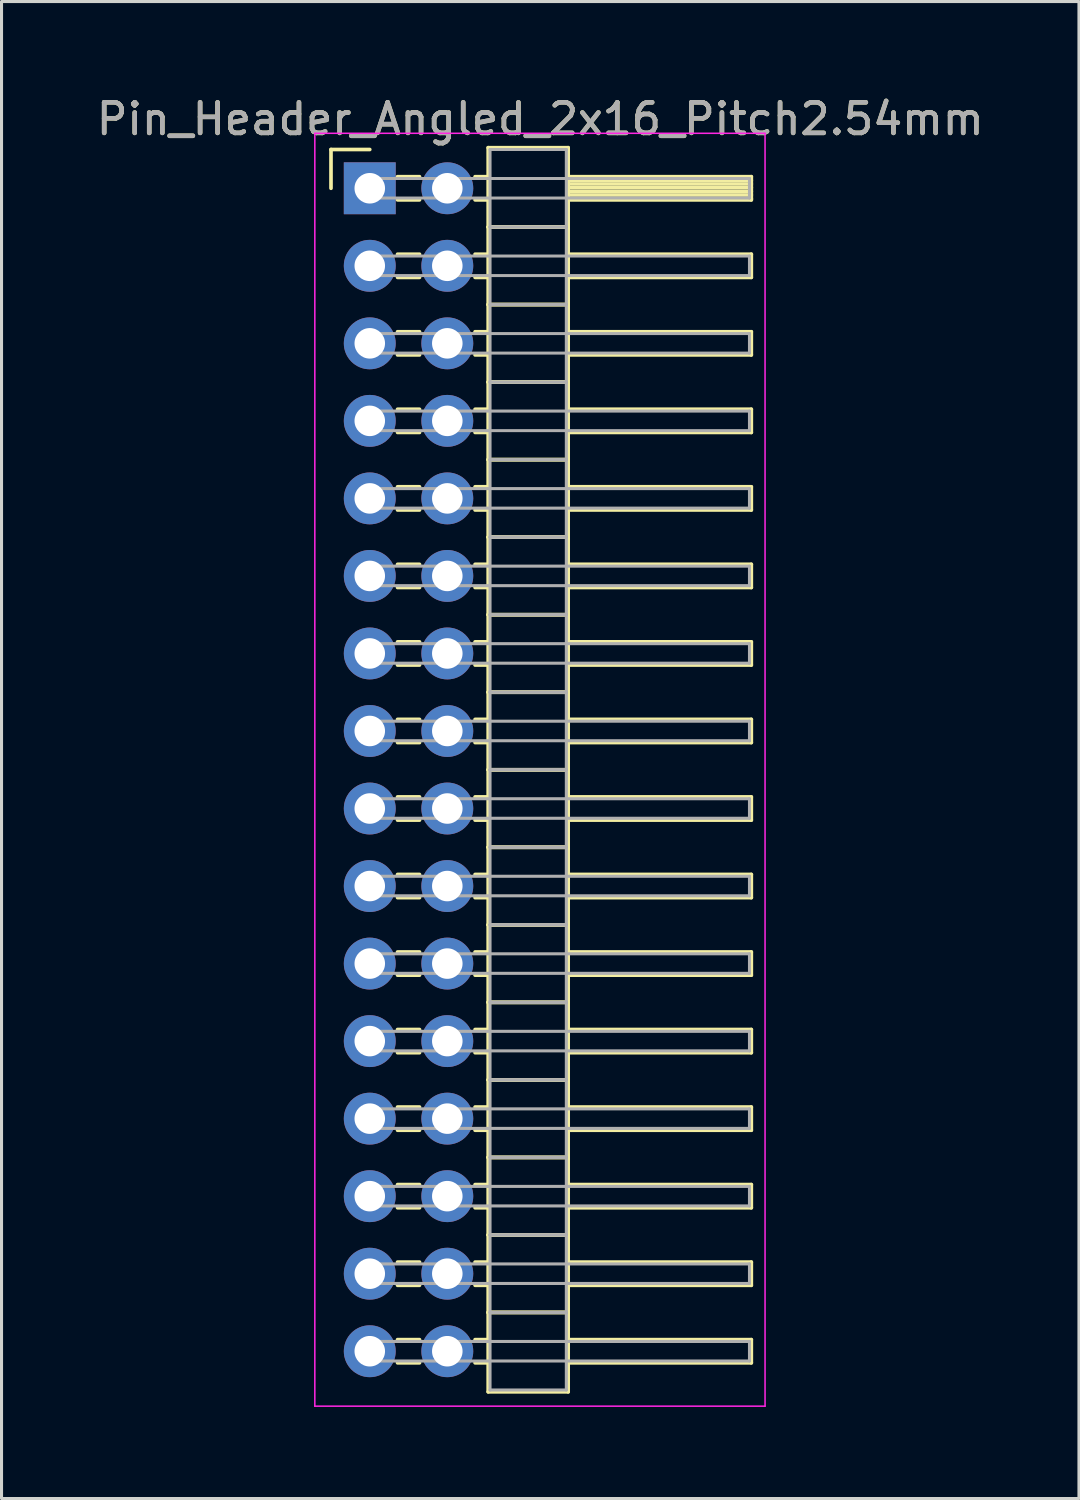
<source format=kicad_pcb>
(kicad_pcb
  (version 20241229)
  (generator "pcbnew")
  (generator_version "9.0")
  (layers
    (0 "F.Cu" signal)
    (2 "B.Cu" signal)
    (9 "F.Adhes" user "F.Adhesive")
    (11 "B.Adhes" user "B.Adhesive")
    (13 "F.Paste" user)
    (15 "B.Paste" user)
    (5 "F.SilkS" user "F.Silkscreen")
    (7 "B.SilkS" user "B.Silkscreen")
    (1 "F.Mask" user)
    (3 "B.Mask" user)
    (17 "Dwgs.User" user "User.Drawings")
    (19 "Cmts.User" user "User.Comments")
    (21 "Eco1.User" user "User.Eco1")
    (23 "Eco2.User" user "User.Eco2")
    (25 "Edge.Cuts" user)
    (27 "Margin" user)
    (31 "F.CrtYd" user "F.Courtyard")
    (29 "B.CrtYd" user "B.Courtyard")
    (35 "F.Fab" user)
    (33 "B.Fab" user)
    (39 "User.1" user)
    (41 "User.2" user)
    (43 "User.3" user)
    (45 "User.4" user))
  (footprint "Pin_Header_Angled_2x16_Pitch2.54mm"
    (layer "F.Cu")
    (at 9.064 3.118)
    (property "Reference" "Pin_Header_Angled_2x16_Pitch2.54mm" (at 5.585 -2.27 0) (layer "F.SilkS") (effects (font (size 1 1) (thickness 0.15))))
    (attr through_hole)
    (fp_line (start -1.27 -1.27) (end 0 -1.27) (stroke (width 0.12) (type solid)) (layer "F.SilkS"))
    (fp_line (start -1.27 0) (end -1.27 -1.27) (stroke (width 0.12) (type solid)) (layer "F.SilkS"))
    (fp_line (start 0.91 -0.38) (end 1.63 -0.38) (stroke (width 0.12) (type solid)) (layer "F.SilkS"))
    (fp_line (start 0.91 0.38) (end 1.63 0.38) (stroke (width 0.12) (type solid)) (layer "F.SilkS"))
    (fp_line (start 0.91 2.16) (end 1.63 2.16) (stroke (width 0.12) (type solid)) (layer "F.SilkS"))
    (fp_line (start 0.91 2.92) (end 1.63 2.92) (stroke (width 0.12) (type solid)) (layer "F.SilkS"))
    (fp_line (start 0.91 4.7) (end 1.63 4.7) (stroke (width 0.12) (type solid)) (layer "F.SilkS"))
    (fp_line (start 0.91 5.46) (end 1.63 5.46) (stroke (width 0.12) (type solid)) (layer "F.SilkS"))
    (fp_line (start 0.91 7.24) (end 1.63 7.24) (stroke (width 0.12) (type solid)) (layer "F.SilkS"))
    (fp_line (start 0.91 8) (end 1.63 8) (stroke (width 0.12) (type solid)) (layer "F.SilkS"))
    (fp_line (start 0.91 9.78) (end 1.63 9.78) (stroke (width 0.12) (type solid)) (layer "F.SilkS"))
    (fp_line (start 0.91 10.54) (end 1.63 10.54) (stroke (width 0.12) (type solid)) (layer "F.SilkS"))
    (fp_line (start 0.91 12.32) (end 1.63 12.32) (stroke (width 0.12) (type solid)) (layer "F.SilkS"))
    (fp_line (start 0.91 13.08) (end 1.63 13.08) (stroke (width 0.12) (type solid)) (layer "F.SilkS"))
    (fp_line (start 0.91 14.86) (end 1.63 14.86) (stroke (width 0.12) (type solid)) (layer "F.SilkS"))
    (fp_line (start 0.91 15.62) (end 1.63 15.62) (stroke (width 0.12) (type solid)) (layer "F.SilkS"))
    (fp_line (start 0.91 17.4) (end 1.63 17.4) (stroke (width 0.12) (type solid)) (layer "F.SilkS"))
    (fp_line (start 0.91 18.16) (end 1.63 18.16) (stroke (width 0.12) (type solid)) (layer "F.SilkS"))
    (fp_line (start 0.91 19.94) (end 1.63 19.94) (stroke (width 0.12) (type solid)) (layer "F.SilkS"))
    (fp_line (start 0.91 20.7) (end 1.63 20.7) (stroke (width 0.12) (type solid)) (layer "F.SilkS"))
    (fp_line (start 0.91 22.48) (end 1.63 22.48) (stroke (width 0.12) (type solid)) (layer "F.SilkS"))
    (fp_line (start 0.91 23.24) (end 1.63 23.24) (stroke (width 0.12) (type solid)) (layer "F.SilkS"))
    (fp_line (start 0.91 25.02) (end 1.63 25.02) (stroke (width 0.12) (type solid)) (layer "F.SilkS"))
    (fp_line (start 0.91 25.78) (end 1.63 25.78) (stroke (width 0.12) (type solid)) (layer "F.SilkS"))
    (fp_line (start 0.91 27.56) (end 1.63 27.56) (stroke (width 0.12) (type solid)) (layer "F.SilkS"))
    (fp_line (start 0.91 28.32) (end 1.63 28.32) (stroke (width 0.12) (type solid)) (layer "F.SilkS"))
    (fp_line (start 0.91 30.1) (end 1.63 30.1) (stroke (width 0.12) (type solid)) (layer "F.SilkS"))
    (fp_line (start 0.91 30.86) (end 1.63 30.86) (stroke (width 0.12) (type solid)) (layer "F.SilkS"))
    (fp_line (start 0.91 32.64) (end 1.63 32.64) (stroke (width 0.12) (type solid)) (layer "F.SilkS"))
    (fp_line (start 0.91 33.4) (end 1.63 33.4) (stroke (width 0.12) (type solid)) (layer "F.SilkS"))
    (fp_line (start 0.91 35.18) (end 1.63 35.18) (stroke (width 0.12) (type solid)) (layer "F.SilkS"))
    (fp_line (start 0.91 35.94) (end 1.63 35.94) (stroke (width 0.12) (type solid)) (layer "F.SilkS"))
    (fp_line (start 0.91 37.72) (end 1.63 37.72) (stroke (width 0.12) (type solid)) (layer "F.SilkS"))
    (fp_line (start 0.91 38.48) (end 1.63 38.48) (stroke (width 0.12) (type solid)) (layer "F.SilkS"))
    (fp_line (start 3.45 -0.38) (end 3.88 -0.38) (stroke (width 0.12) (type solid)) (layer "F.SilkS"))
    (fp_line (start 3.45 0.38) (end 3.88 0.38) (stroke (width 0.12) (type solid)) (layer "F.SilkS"))
    (fp_line (start 3.45 2.16) (end 3.88 2.16) (stroke (width 0.12) (type solid)) (layer "F.SilkS"))
    (fp_line (start 3.45 2.92) (end 3.88 2.92) (stroke (width 0.12) (type solid)) (layer "F.SilkS"))
    (fp_line (start 3.45 4.7) (end 3.88 4.7) (stroke (width 0.12) (type solid)) (layer "F.SilkS"))
    (fp_line (start 3.45 5.46) (end 3.88 5.46) (stroke (width 0.12) (type solid)) (layer "F.SilkS"))
    (fp_line (start 3.45 7.24) (end 3.88 7.24) (stroke (width 0.12) (type solid)) (layer "F.SilkS"))
    (fp_line (start 3.45 8) (end 3.88 8) (stroke (width 0.12) (type solid)) (layer "F.SilkS"))
    (fp_line (start 3.45 9.78) (end 3.88 9.78) (stroke (width 0.12) (type solid)) (layer "F.SilkS"))
    (fp_line (start 3.45 10.54) (end 3.88 10.54) (stroke (width 0.12) (type solid)) (layer "F.SilkS"))
    (fp_line (start 3.45 12.32) (end 3.88 12.32) (stroke (width 0.12) (type solid)) (layer "F.SilkS"))
    (fp_line (start 3.45 13.08) (end 3.88 13.08) (stroke (width 0.12) (type solid)) (layer "F.SilkS"))
    (fp_line (start 3.45 14.86) (end 3.88 14.86) (stroke (width 0.12) (type solid)) (layer "F.SilkS"))
    (fp_line (start 3.45 15.62) (end 3.88 15.62) (stroke (width 0.12) (type solid)) (layer "F.SilkS"))
    (fp_line (start 3.45 17.4) (end 3.88 17.4) (stroke (width 0.12) (type solid)) (layer "F.SilkS"))
    (fp_line (start 3.45 18.16) (end 3.88 18.16) (stroke (width 0.12) (type solid)) (layer "F.SilkS"))
    (fp_line (start 3.45 19.94) (end 3.88 19.94) (stroke (width 0.12) (type solid)) (layer "F.SilkS"))
    (fp_line (start 3.45 20.7) (end 3.88 20.7) (stroke (width 0.12) (type solid)) (layer "F.SilkS"))
    (fp_line (start 3.45 22.48) (end 3.88 22.48) (stroke (width 0.12) (type solid)) (layer "F.SilkS"))
    (fp_line (start 3.45 23.24) (end 3.88 23.24) (stroke (width 0.12) (type solid)) (layer "F.SilkS"))
    (fp_line (start 3.45 25.02) (end 3.88 25.02) (stroke (width 0.12) (type solid)) (layer "F.SilkS"))
    (fp_line (start 3.45 25.78) (end 3.88 25.78) (stroke (width 0.12) (type solid)) (layer "F.SilkS"))
    (fp_line (start 3.45 27.56) (end 3.88 27.56) (stroke (width 0.12) (type solid)) (layer "F.SilkS"))
    (fp_line (start 3.45 28.32) (end 3.88 28.32) (stroke (width 0.12) (type solid)) (layer "F.SilkS"))
    (fp_line (start 3.45 30.1) (end 3.88 30.1) (stroke (width 0.12) (type solid)) (layer "F.SilkS"))
    (fp_line (start 3.45 30.86) (end 3.88 30.86) (stroke (width 0.12) (type solid)) (layer "F.SilkS"))
    (fp_line (start 3.45 32.64) (end 3.88 32.64) (stroke (width 0.12) (type solid)) (layer "F.SilkS"))
    (fp_line (start 3.45 33.4) (end 3.88 33.4) (stroke (width 0.12) (type solid)) (layer "F.SilkS"))
    (fp_line (start 3.45 35.18) (end 3.88 35.18) (stroke (width 0.12) (type solid)) (layer "F.SilkS"))
    (fp_line (start 3.45 35.94) (end 3.88 35.94) (stroke (width 0.12) (type solid)) (layer "F.SilkS"))
    (fp_line (start 3.45 37.72) (end 3.88 37.72) (stroke (width 0.12) (type solid)) (layer "F.SilkS"))
    (fp_line (start 3.45 38.48) (end 3.88 38.48) (stroke (width 0.12) (type solid)) (layer "F.SilkS"))
    (fp_line (start 3.88 -1.33) (end 3.88 1.27) (stroke (width 0.12) (type solid)) (layer "F.SilkS"))
    (fp_line (start 3.88 1.27) (end 3.88 3.81) (stroke (width 0.12) (type solid)) (layer "F.SilkS"))
    (fp_line (start 3.88 1.27) (end 6.5 1.27) (stroke (width 0.12) (type solid)) (layer "F.SilkS"))
    (fp_line (start 3.88 3.81) (end 3.88 6.35) (stroke (width 0.12) (type solid)) (layer "F.SilkS"))
    (fp_line (start 3.88 3.81) (end 6.5 3.81) (stroke (width 0.12) (type solid)) (layer "F.SilkS"))
    (fp_line (start 3.88 6.35) (end 3.88 8.89) (stroke (width 0.12) (type solid)) (layer "F.SilkS"))
    (fp_line (start 3.88 6.35) (end 6.5 6.35) (stroke (width 0.12) (type solid)) (layer "F.SilkS"))
    (fp_line (start 3.88 8.89) (end 3.88 11.43) (stroke (width 0.12) (type solid)) (layer "F.SilkS"))
    (fp_line (start 3.88 8.89) (end 6.5 8.89) (stroke (width 0.12) (type solid)) (layer "F.SilkS"))
    (fp_line (start 3.88 11.43) (end 3.88 13.97) (stroke (width 0.12) (type solid)) (layer "F.SilkS"))
    (fp_line (start 3.88 11.43) (end 6.5 11.43) (stroke (width 0.12) (type solid)) (layer "F.SilkS"))
    (fp_line (start 3.88 13.97) (end 3.88 16.51) (stroke (width 0.12) (type solid)) (layer "F.SilkS"))
    (fp_line (start 3.88 13.97) (end 6.5 13.97) (stroke (width 0.12) (type solid)) (layer "F.SilkS"))
    (fp_line (start 3.88 16.51) (end 3.88 19.05) (stroke (width 0.12) (type solid)) (layer "F.SilkS"))
    (fp_line (start 3.88 16.51) (end 6.5 16.51) (stroke (width 0.12) (type solid)) (layer "F.SilkS"))
    (fp_line (start 3.88 19.05) (end 3.88 21.59) (stroke (width 0.12) (type solid)) (layer "F.SilkS"))
    (fp_line (start 3.88 19.05) (end 6.5 19.05) (stroke (width 0.12) (type solid)) (layer "F.SilkS"))
    (fp_line (start 3.88 21.59) (end 3.88 24.13) (stroke (width 0.12) (type solid)) (layer "F.SilkS"))
    (fp_line (start 3.88 21.59) (end 6.5 21.59) (stroke (width 0.12) (type solid)) (layer "F.SilkS"))
    (fp_line (start 3.88 24.13) (end 3.88 26.67) (stroke (width 0.12) (type solid)) (layer "F.SilkS"))
    (fp_line (start 3.88 24.13) (end 6.5 24.13) (stroke (width 0.12) (type solid)) (layer "F.SilkS"))
    (fp_line (start 3.88 26.67) (end 3.88 29.21) (stroke (width 0.12) (type solid)) (layer "F.SilkS"))
    (fp_line (start 3.88 26.67) (end 6.5 26.67) (stroke (width 0.12) (type solid)) (layer "F.SilkS"))
    (fp_line (start 3.88 29.21) (end 3.88 31.75) (stroke (width 0.12) (type solid)) (layer "F.SilkS"))
    (fp_line (start 3.88 29.21) (end 6.5 29.21) (stroke (width 0.12) (type solid)) (layer "F.SilkS"))
    (fp_line (start 3.88 31.75) (end 3.88 34.29) (stroke (width 0.12) (type solid)) (layer "F.SilkS"))
    (fp_line (start 3.88 31.75) (end 6.5 31.75) (stroke (width 0.12) (type solid)) (layer "F.SilkS"))
    (fp_line (start 3.88 34.29) (end 3.88 36.83) (stroke (width 0.12) (type solid)) (layer "F.SilkS"))
    (fp_line (start 3.88 34.29) (end 6.5 34.29) (stroke (width 0.12) (type solid)) (layer "F.SilkS"))
    (fp_line (start 3.88 36.83) (end 3.88 39.43) (stroke (width 0.12) (type solid)) (layer "F.SilkS"))
    (fp_line (start 3.88 36.83) (end 6.5 36.83) (stroke (width 0.12) (type solid)) (layer "F.SilkS"))
    (fp_line (start 3.88 39.43) (end 6.5 39.43) (stroke (width 0.12) (type solid)) (layer "F.SilkS"))
    (fp_line (start 6.5 -1.33) (end 3.88 -1.33) (stroke (width 0.12) (type solid)) (layer "F.SilkS"))
    (fp_line (start 6.5 -0.38) (end 6.5 0.38) (stroke (width 0.12) (type solid)) (layer "F.SilkS"))
    (fp_line (start 6.5 -0.26) (end 12.5 -0.26) (stroke (width 0.12) (type solid)) (layer "F.SilkS"))
    (fp_line (start 6.5 -0.14) (end 12.5 -0.14) (stroke (width 0.12) (type solid)) (layer "F.SilkS"))
    (fp_line (start 6.5 -0.02) (end 12.5 -0.02) (stroke (width 0.12) (type solid)) (layer "F.SilkS"))
    (fp_line (start 6.5 0.1) (end 12.5 0.1) (stroke (width 0.12) (type solid)) (layer "F.SilkS"))
    (fp_line (start 6.5 0.22) (end 12.5 0.22) (stroke (width 0.12) (type solid)) (layer "F.SilkS"))
    (fp_line (start 6.5 0.34) (end 12.5 0.34) (stroke (width 0.12) (type solid)) (layer "F.SilkS"))
    (fp_line (start 6.5 0.38) (end 12.5 0.38) (stroke (width 0.12) (type solid)) (layer "F.SilkS"))
    (fp_line (start 6.5 1.27) (end 3.88 1.27) (stroke (width 0.12) (type solid)) (layer "F.SilkS"))
    (fp_line (start 6.5 1.27) (end 6.5 -1.33) (stroke (width 0.12) (type solid)) (layer "F.SilkS"))
    (fp_line (start 6.5 2.16) (end 6.5 2.92) (stroke (width 0.12) (type solid)) (layer "F.SilkS"))
    (fp_line (start 6.5 2.92) (end 12.5 2.92) (stroke (width 0.12) (type solid)) (layer "F.SilkS"))
    (fp_line (start 6.5 3.81) (end 3.88 3.81) (stroke (width 0.12) (type solid)) (layer "F.SilkS"))
    (fp_line (start 6.5 3.81) (end 6.5 1.27) (stroke (width 0.12) (type solid)) (layer "F.SilkS"))
    (fp_line (start 6.5 4.7) (end 6.5 5.46) (stroke (width 0.12) (type solid)) (layer "F.SilkS"))
    (fp_line (start 6.5 5.46) (end 12.5 5.46) (stroke (width 0.12) (type solid)) (layer "F.SilkS"))
    (fp_line (start 6.5 6.35) (end 3.88 6.35) (stroke (width 0.12) (type solid)) (layer "F.SilkS"))
    (fp_line (start 6.5 6.35) (end 6.5 3.81) (stroke (width 0.12) (type solid)) (layer "F.SilkS"))
    (fp_line (start 6.5 7.24) (end 6.5 8) (stroke (width 0.12) (type solid)) (layer "F.SilkS"))
    (fp_line (start 6.5 8) (end 12.5 8) (stroke (width 0.12) (type solid)) (layer "F.SilkS"))
    (fp_line (start 6.5 8.89) (end 3.88 8.89) (stroke (width 0.12) (type solid)) (layer "F.SilkS"))
    (fp_line (start 6.5 8.89) (end 6.5 6.35) (stroke (width 0.12) (type solid)) (layer "F.SilkS"))
    (fp_line (start 6.5 9.78) (end 6.5 10.54) (stroke (width 0.12) (type solid)) (layer "F.SilkS"))
    (fp_line (start 6.5 10.54) (end 12.5 10.54) (stroke (width 0.12) (type solid)) (layer "F.SilkS"))
    (fp_line (start 6.5 11.43) (end 3.88 11.43) (stroke (width 0.12) (type solid)) (layer "F.SilkS"))
    (fp_line (start 6.5 11.43) (end 6.5 8.89) (stroke (width 0.12) (type solid)) (layer "F.SilkS"))
    (fp_line (start 6.5 12.32) (end 6.5 13.08) (stroke (width 0.12) (type solid)) (layer "F.SilkS"))
    (fp_line (start 6.5 13.08) (end 12.5 13.08) (stroke (width 0.12) (type solid)) (layer "F.SilkS"))
    (fp_line (start 6.5 13.97) (end 3.88 13.97) (stroke (width 0.12) (type solid)) (layer "F.SilkS"))
    (fp_line (start 6.5 13.97) (end 6.5 11.43) (stroke (width 0.12) (type solid)) (layer "F.SilkS"))
    (fp_line (start 6.5 14.86) (end 6.5 15.62) (stroke (width 0.12) (type solid)) (layer "F.SilkS"))
    (fp_line (start 6.5 15.62) (end 12.5 15.62) (stroke (width 0.12) (type solid)) (layer "F.SilkS"))
    (fp_line (start 6.5 16.51) (end 3.88 16.51) (stroke (width 0.12) (type solid)) (layer "F.SilkS"))
    (fp_line (start 6.5 16.51) (end 6.5 13.97) (stroke (width 0.12) (type solid)) (layer "F.SilkS"))
    (fp_line (start 6.5 17.4) (end 6.5 18.16) (stroke (width 0.12) (type solid)) (layer "F.SilkS"))
    (fp_line (start 6.5 18.16) (end 12.5 18.16) (stroke (width 0.12) (type solid)) (layer "F.SilkS"))
    (fp_line (start 6.5 19.05) (end 3.88 19.05) (stroke (width 0.12) (type solid)) (layer "F.SilkS"))
    (fp_line (start 6.5 19.05) (end 6.5 16.51) (stroke (width 0.12) (type solid)) (layer "F.SilkS"))
    (fp_line (start 6.5 19.94) (end 6.5 20.7) (stroke (width 0.12) (type solid)) (layer "F.SilkS"))
    (fp_line (start 6.5 20.7) (end 12.5 20.7) (stroke (width 0.12) (type solid)) (layer "F.SilkS"))
    (fp_line (start 6.5 21.59) (end 3.88 21.59) (stroke (width 0.12) (type solid)) (layer "F.SilkS"))
    (fp_line (start 6.5 21.59) (end 6.5 19.05) (stroke (width 0.12) (type solid)) (layer "F.SilkS"))
    (fp_line (start 6.5 22.48) (end 6.5 23.24) (stroke (width 0.12) (type solid)) (layer "F.SilkS"))
    (fp_line (start 6.5 23.24) (end 12.5 23.24) (stroke (width 0.12) (type solid)) (layer "F.SilkS"))
    (fp_line (start 6.5 24.13) (end 3.88 24.13) (stroke (width 0.12) (type solid)) (layer "F.SilkS"))
    (fp_line (start 6.5 24.13) (end 6.5 21.59) (stroke (width 0.12) (type solid)) (layer "F.SilkS"))
    (fp_line (start 6.5 25.02) (end 6.5 25.78) (stroke (width 0.12) (type solid)) (layer "F.SilkS"))
    (fp_line (start 6.5 25.78) (end 12.5 25.78) (stroke (width 0.12) (type solid)) (layer "F.SilkS"))
    (fp_line (start 6.5 26.67) (end 3.88 26.67) (stroke (width 0.12) (type solid)) (layer "F.SilkS"))
    (fp_line (start 6.5 26.67) (end 6.5 24.13) (stroke (width 0.12) (type solid)) (layer "F.SilkS"))
    (fp_line (start 6.5 27.56) (end 6.5 28.32) (stroke (width 0.12) (type solid)) (layer "F.SilkS"))
    (fp_line (start 6.5 28.32) (end 12.5 28.32) (stroke (width 0.12) (type solid)) (layer "F.SilkS"))
    (fp_line (start 6.5 29.21) (end 3.88 29.21) (stroke (width 0.12) (type solid)) (layer "F.SilkS"))
    (fp_line (start 6.5 29.21) (end 6.5 26.67) (stroke (width 0.12) (type solid)) (layer "F.SilkS"))
    (fp_line (start 6.5 30.1) (end 6.5 30.86) (stroke (width 0.12) (type solid)) (layer "F.SilkS"))
    (fp_line (start 6.5 30.86) (end 12.5 30.86) (stroke (width 0.12) (type solid)) (layer "F.SilkS"))
    (fp_line (start 6.5 31.75) (end 3.88 31.75) (stroke (width 0.12) (type solid)) (layer "F.SilkS"))
    (fp_line (start 6.5 31.75) (end 6.5 29.21) (stroke (width 0.12) (type solid)) (layer "F.SilkS"))
    (fp_line (start 6.5 32.64) (end 6.5 33.4) (stroke (width 0.12) (type solid)) (layer "F.SilkS"))
    (fp_line (start 6.5 33.4) (end 12.5 33.4) (stroke (width 0.12) (type solid)) (layer "F.SilkS"))
    (fp_line (start 6.5 34.29) (end 3.88 34.29) (stroke (width 0.12) (type solid)) (layer "F.SilkS"))
    (fp_line (start 6.5 34.29) (end 6.5 31.75) (stroke (width 0.12) (type solid)) (layer "F.SilkS"))
    (fp_line (start 6.5 35.18) (end 6.5 35.94) (stroke (width 0.12) (type solid)) (layer "F.SilkS"))
    (fp_line (start 6.5 35.94) (end 12.5 35.94) (stroke (width 0.12) (type solid)) (layer "F.SilkS"))
    (fp_line (start 6.5 36.83) (end 3.88 36.83) (stroke (width 0.12) (type solid)) (layer "F.SilkS"))
    (fp_line (start 6.5 36.83) (end 6.5 34.29) (stroke (width 0.12) (type solid)) (layer "F.SilkS"))
    (fp_line (start 6.5 37.72) (end 6.5 38.48) (stroke (width 0.12) (type solid)) (layer "F.SilkS"))
    (fp_line (start 6.5 38.48) (end 12.5 38.48) (stroke (width 0.12) (type solid)) (layer "F.SilkS"))
    (fp_line (start 6.5 39.43) (end 6.5 36.83) (stroke (width 0.12) (type solid)) (layer "F.SilkS"))
    (fp_line (start 12.5 -0.38) (end 6.5 -0.38) (stroke (width 0.12) (type solid)) (layer "F.SilkS"))
    (fp_line (start 12.5 0.38) (end 12.5 -0.38) (stroke (width 0.12) (type solid)) (layer "F.SilkS"))
    (fp_line (start 12.5 2.16) (end 6.5 2.16) (stroke (width 0.12) (type solid)) (layer "F.SilkS"))
    (fp_line (start 12.5 2.92) (end 12.5 2.16) (stroke (width 0.12) (type solid)) (layer "F.SilkS"))
    (fp_line (start 12.5 4.7) (end 6.5 4.7) (stroke (width 0.12) (type solid)) (layer "F.SilkS"))
    (fp_line (start 12.5 5.46) (end 12.5 4.7) (stroke (width 0.12) (type solid)) (layer "F.SilkS"))
    (fp_line (start 12.5 7.24) (end 6.5 7.24) (stroke (width 0.12) (type solid)) (layer "F.SilkS"))
    (fp_line (start 12.5 8) (end 12.5 7.24) (stroke (width 0.12) (type solid)) (layer "F.SilkS"))
    (fp_line (start 12.5 9.78) (end 6.5 9.78) (stroke (width 0.12) (type solid)) (layer "F.SilkS"))
    (fp_line (start 12.5 10.54) (end 12.5 9.78) (stroke (width 0.12) (type solid)) (layer "F.SilkS"))
    (fp_line (start 12.5 12.32) (end 6.5 12.32) (stroke (width 0.12) (type solid)) (layer "F.SilkS"))
    (fp_line (start 12.5 13.08) (end 12.5 12.32) (stroke (width 0.12) (type solid)) (layer "F.SilkS"))
    (fp_line (start 12.5 14.86) (end 6.5 14.86) (stroke (width 0.12) (type solid)) (layer "F.SilkS"))
    (fp_line (start 12.5 15.62) (end 12.5 14.86) (stroke (width 0.12) (type solid)) (layer "F.SilkS"))
    (fp_line (start 12.5 17.4) (end 6.5 17.4) (stroke (width 0.12) (type solid)) (layer "F.SilkS"))
    (fp_line (start 12.5 18.16) (end 12.5 17.4) (stroke (width 0.12) (type solid)) (layer "F.SilkS"))
    (fp_line (start 12.5 19.94) (end 6.5 19.94) (stroke (width 0.12) (type solid)) (layer "F.SilkS"))
    (fp_line (start 12.5 20.7) (end 12.5 19.94) (stroke (width 0.12) (type solid)) (layer "F.SilkS"))
    (fp_line (start 12.5 22.48) (end 6.5 22.48) (stroke (width 0.12) (type solid)) (layer "F.SilkS"))
    (fp_line (start 12.5 23.24) (end 12.5 22.48) (stroke (width 0.12) (type solid)) (layer "F.SilkS"))
    (fp_line (start 12.5 25.02) (end 6.5 25.02) (stroke (width 0.12) (type solid)) (layer "F.SilkS"))
    (fp_line (start 12.5 25.78) (end 12.5 25.02) (stroke (width 0.12) (type solid)) (layer "F.SilkS"))
    (fp_line (start 12.5 27.56) (end 6.5 27.56) (stroke (width 0.12) (type solid)) (layer "F.SilkS"))
    (fp_line (start 12.5 28.32) (end 12.5 27.56) (stroke (width 0.12) (type solid)) (layer "F.SilkS"))
    (fp_line (start 12.5 30.1) (end 6.5 30.1) (stroke (width 0.12) (type solid)) (layer "F.SilkS"))
    (fp_line (start 12.5 30.86) (end 12.5 30.1) (stroke (width 0.12) (type solid)) (layer "F.SilkS"))
    (fp_line (start 12.5 32.64) (end 6.5 32.64) (stroke (width 0.12) (type solid)) (layer "F.SilkS"))
    (fp_line (start 12.5 33.4) (end 12.5 32.64) (stroke (width 0.12) (type solid)) (layer "F.SilkS"))
    (fp_line (start 12.5 35.18) (end 6.5 35.18) (stroke (width 0.12) (type solid)) (layer "F.SilkS"))
    (fp_line (start 12.5 35.94) (end 12.5 35.18) (stroke (width 0.12) (type solid)) (layer "F.SilkS"))
    (fp_line (start 12.5 37.72) (end 6.5 37.72) (stroke (width 0.12) (type solid)) (layer "F.SilkS"))
    (fp_line (start 12.5 38.48) (end 12.5 37.72) (stroke (width 0.12) (type solid)) (layer "F.SilkS"))
    (fp_line (start -1.8 -1.8) (end -1.8 39.9) (stroke (width 0.05) (type solid)) (layer "F.CrtYd"))
    (fp_line (start -1.8 39.9) (end 12.95 39.9) (stroke (width 0.05) (type solid)) (layer "F.CrtYd"))
    (fp_line (start 12.95 -1.8) (end -1.8 -1.8) (stroke (width 0.05) (type solid)) (layer "F.CrtYd"))
    (fp_line (start 12.95 39.9) (end 12.95 -1.8) (stroke (width 0.05) (type solid)) (layer "F.CrtYd"))
    (fp_line (start 0 -0.32) (end 0 0.32) (stroke (width 0.1) (type solid)) (layer "F.Fab"))
    (fp_line (start 0 0.32) (end 12.44 0.32) (stroke (width 0.1) (type solid)) (layer "F.Fab"))
    (fp_line (start 0 2.22) (end 0 2.86) (stroke (width 0.1) (type solid)) (layer "F.Fab"))
    (fp_line (start 0 2.86) (end 12.44 2.86) (stroke (width 0.1) (type solid)) (layer "F.Fab"))
    (fp_line (start 0 4.76) (end 0 5.4) (stroke (width 0.1) (type solid)) (layer "F.Fab"))
    (fp_line (start 0 5.4) (end 12.44 5.4) (stroke (width 0.1) (type solid)) (layer "F.Fab"))
    (fp_line (start 0 7.3) (end 0 7.94) (stroke (width 0.1) (type solid)) (layer "F.Fab"))
    (fp_line (start 0 7.94) (end 12.44 7.94) (stroke (width 0.1) (type solid)) (layer "F.Fab"))
    (fp_line (start 0 9.84) (end 0 10.48) (stroke (width 0.1) (type solid)) (layer "F.Fab"))
    (fp_line (start 0 10.48) (end 12.44 10.48) (stroke (width 0.1) (type solid)) (layer "F.Fab"))
    (fp_line (start 0 12.38) (end 0 13.02) (stroke (width 0.1) (type solid)) (layer "F.Fab"))
    (fp_line (start 0 13.02) (end 12.44 13.02) (stroke (width 0.1) (type solid)) (layer "F.Fab"))
    (fp_line (start 0 14.92) (end 0 15.56) (stroke (width 0.1) (type solid)) (layer "F.Fab"))
    (fp_line (start 0 15.56) (end 12.44 15.56) (stroke (width 0.1) (type solid)) (layer "F.Fab"))
    (fp_line (start 0 17.46) (end 0 18.1) (stroke (width 0.1) (type solid)) (layer "F.Fab"))
    (fp_line (start 0 18.1) (end 12.44 18.1) (stroke (width 0.1) (type solid)) (layer "F.Fab"))
    (fp_line (start 0 20) (end 0 20.64) (stroke (width 0.1) (type solid)) (layer "F.Fab"))
    (fp_line (start 0 20.64) (end 12.44 20.64) (stroke (width 0.1) (type solid)) (layer "F.Fab"))
    (fp_line (start 0 22.54) (end 0 23.18) (stroke (width 0.1) (type solid)) (layer "F.Fab"))
    (fp_line (start 0 23.18) (end 12.44 23.18) (stroke (width 0.1) (type solid)) (layer "F.Fab"))
    (fp_line (start 0 25.08) (end 0 25.72) (stroke (width 0.1) (type solid)) (layer "F.Fab"))
    (fp_line (start 0 25.72) (end 12.44 25.72) (stroke (width 0.1) (type solid)) (layer "F.Fab"))
    (fp_line (start 0 27.62) (end 0 28.26) (stroke (width 0.1) (type solid)) (layer "F.Fab"))
    (fp_line (start 0 28.26) (end 12.44 28.26) (stroke (width 0.1) (type solid)) (layer "F.Fab"))
    (fp_line (start 0 30.16) (end 0 30.8) (stroke (width 0.1) (type solid)) (layer "F.Fab"))
    (fp_line (start 0 30.8) (end 12.44 30.8) (stroke (width 0.1) (type solid)) (layer "F.Fab"))
    (fp_line (start 0 32.7) (end 0 33.34) (stroke (width 0.1) (type solid)) (layer "F.Fab"))
    (fp_line (start 0 33.34) (end 12.44 33.34) (stroke (width 0.1) (type solid)) (layer "F.Fab"))
    (fp_line (start 0 35.24) (end 0 35.88) (stroke (width 0.1) (type solid)) (layer "F.Fab"))
    (fp_line (start 0 35.88) (end 12.44 35.88) (stroke (width 0.1) (type solid)) (layer "F.Fab"))
    (fp_line (start 0 37.78) (end 0 38.42) (stroke (width 0.1) (type solid)) (layer "F.Fab"))
    (fp_line (start 0 38.42) (end 12.44 38.42) (stroke (width 0.1) (type solid)) (layer "F.Fab"))
    (fp_line (start 3.94 -1.27) (end 3.94 1.27) (stroke (width 0.1) (type solid)) (layer "F.Fab"))
    (fp_line (start 3.94 1.27) (end 3.94 3.81) (stroke (width 0.1) (type solid)) (layer "F.Fab"))
    (fp_line (start 3.94 1.27) (end 6.44 1.27) (stroke (width 0.1) (type solid)) (layer "F.Fab"))
    (fp_line (start 3.94 3.81) (end 3.94 6.35) (stroke (width 0.1) (type solid)) (layer "F.Fab"))
    (fp_line (start 3.94 3.81) (end 6.44 3.81) (stroke (width 0.1) (type solid)) (layer "F.Fab"))
    (fp_line (start 3.94 6.35) (end 3.94 8.89) (stroke (width 0.1) (type solid)) (layer "F.Fab"))
    (fp_line (start 3.94 6.35) (end 6.44 6.35) (stroke (width 0.1) (type solid)) (layer "F.Fab"))
    (fp_line (start 3.94 8.89) (end 3.94 11.43) (stroke (width 0.1) (type solid)) (layer "F.Fab"))
    (fp_line (start 3.94 8.89) (end 6.44 8.89) (stroke (width 0.1) (type solid)) (layer "F.Fab"))
    (fp_line (start 3.94 11.43) (end 3.94 13.97) (stroke (width 0.1) (type solid)) (layer "F.Fab"))
    (fp_line (start 3.94 11.43) (end 6.44 11.43) (stroke (width 0.1) (type solid)) (layer "F.Fab"))
    (fp_line (start 3.94 13.97) (end 3.94 16.51) (stroke (width 0.1) (type solid)) (layer "F.Fab"))
    (fp_line (start 3.94 13.97) (end 6.44 13.97) (stroke (width 0.1) (type solid)) (layer "F.Fab"))
    (fp_line (start 3.94 16.51) (end 3.94 19.05) (stroke (width 0.1) (type solid)) (layer "F.Fab"))
    (fp_line (start 3.94 16.51) (end 6.44 16.51) (stroke (width 0.1) (type solid)) (layer "F.Fab"))
    (fp_line (start 3.94 19.05) (end 3.94 21.59) (stroke (width 0.1) (type solid)) (layer "F.Fab"))
    (fp_line (start 3.94 19.05) (end 6.44 19.05) (stroke (width 0.1) (type solid)) (layer "F.Fab"))
    (fp_line (start 3.94 21.59) (end 3.94 24.13) (stroke (width 0.1) (type solid)) (layer "F.Fab"))
    (fp_line (start 3.94 21.59) (end 6.44 21.59) (stroke (width 0.1) (type solid)) (layer "F.Fab"))
    (fp_line (start 3.94 24.13) (end 3.94 26.67) (stroke (width 0.1) (type solid)) (layer "F.Fab"))
    (fp_line (start 3.94 24.13) (end 6.44 24.13) (stroke (width 0.1) (type solid)) (layer "F.Fab"))
    (fp_line (start 3.94 26.67) (end 3.94 29.21) (stroke (width 0.1) (type solid)) (layer "F.Fab"))
    (fp_line (start 3.94 26.67) (end 6.44 26.67) (stroke (width 0.1) (type solid)) (layer "F.Fab"))
    (fp_line (start 3.94 29.21) (end 3.94 31.75) (stroke (width 0.1) (type solid)) (layer "F.Fab"))
    (fp_line (start 3.94 29.21) (end 6.44 29.21) (stroke (width 0.1) (type solid)) (layer "F.Fab"))
    (fp_line (start 3.94 31.75) (end 3.94 34.29) (stroke (width 0.1) (type solid)) (layer "F.Fab"))
    (fp_line (start 3.94 31.75) (end 6.44 31.75) (stroke (width 0.1) (type solid)) (layer "F.Fab"))
    (fp_line (start 3.94 34.29) (end 3.94 36.83) (stroke (width 0.1) (type solid)) (layer "F.Fab"))
    (fp_line (start 3.94 34.29) (end 6.44 34.29) (stroke (width 0.1) (type solid)) (layer "F.Fab"))
    (fp_line (start 3.94 36.83) (end 3.94 39.37) (stroke (width 0.1) (type solid)) (layer "F.Fab"))
    (fp_line (start 3.94 36.83) (end 6.44 36.83) (stroke (width 0.1) (type solid)) (layer "F.Fab"))
    (fp_line (start 3.94 39.37) (end 6.44 39.37) (stroke (width 0.1) (type solid)) (layer "F.Fab"))
    (fp_line (start 6.44 -1.27) (end 3.94 -1.27) (stroke (width 0.1) (type solid)) (layer "F.Fab"))
    (fp_line (start 6.44 1.27) (end 3.94 1.27) (stroke (width 0.1) (type solid)) (layer "F.Fab"))
    (fp_line (start 6.44 1.27) (end 6.44 -1.27) (stroke (width 0.1) (type solid)) (layer "F.Fab"))
    (fp_line (start 6.44 3.81) (end 3.94 3.81) (stroke (width 0.1) (type solid)) (layer "F.Fab"))
    (fp_line (start 6.44 3.81) (end 6.44 1.27) (stroke (width 0.1) (type solid)) (layer "F.Fab"))
    (fp_line (start 6.44 6.35) (end 3.94 6.35) (stroke (width 0.1) (type solid)) (layer "F.Fab"))
    (fp_line (start 6.44 6.35) (end 6.44 3.81) (stroke (width 0.1) (type solid)) (layer "F.Fab"))
    (fp_line (start 6.44 8.89) (end 3.94 8.89) (stroke (width 0.1) (type solid)) (layer "F.Fab"))
    (fp_line (start 6.44 8.89) (end 6.44 6.35) (stroke (width 0.1) (type solid)) (layer "F.Fab"))
    (fp_line (start 6.44 11.43) (end 3.94 11.43) (stroke (width 0.1) (type solid)) (layer "F.Fab"))
    (fp_line (start 6.44 11.43) (end 6.44 8.89) (stroke (width 0.1) (type solid)) (layer "F.Fab"))
    (fp_line (start 6.44 13.97) (end 3.94 13.97) (stroke (width 0.1) (type solid)) (layer "F.Fab"))
    (fp_line (start 6.44 13.97) (end 6.44 11.43) (stroke (width 0.1) (type solid)) (layer "F.Fab"))
    (fp_line (start 6.44 16.51) (end 3.94 16.51) (stroke (width 0.1) (type solid)) (layer "F.Fab"))
    (fp_line (start 6.44 16.51) (end 6.44 13.97) (stroke (width 0.1) (type solid)) (layer "F.Fab"))
    (fp_line (start 6.44 19.05) (end 3.94 19.05) (stroke (width 0.1) (type solid)) (layer "F.Fab"))
    (fp_line (start 6.44 19.05) (end 6.44 16.51) (stroke (width 0.1) (type solid)) (layer "F.Fab"))
    (fp_line (start 6.44 21.59) (end 3.94 21.59) (stroke (width 0.1) (type solid)) (layer "F.Fab"))
    (fp_line (start 6.44 21.59) (end 6.44 19.05) (stroke (width 0.1) (type solid)) (layer "F.Fab"))
    (fp_line (start 6.44 24.13) (end 3.94 24.13) (stroke (width 0.1) (type solid)) (layer "F.Fab"))
    (fp_line (start 6.44 24.13) (end 6.44 21.59) (stroke (width 0.1) (type solid)) (layer "F.Fab"))
    (fp_line (start 6.44 26.67) (end 3.94 26.67) (stroke (width 0.1) (type solid)) (layer "F.Fab"))
    (fp_line (start 6.44 26.67) (end 6.44 24.13) (stroke (width 0.1) (type solid)) (layer "F.Fab"))
    (fp_line (start 6.44 29.21) (end 3.94 29.21) (stroke (width 0.1) (type solid)) (layer "F.Fab"))
    (fp_line (start 6.44 29.21) (end 6.44 26.67) (stroke (width 0.1) (type solid)) (layer "F.Fab"))
    (fp_line (start 6.44 31.75) (end 3.94 31.75) (stroke (width 0.1) (type solid)) (layer "F.Fab"))
    (fp_line (start 6.44 31.75) (end 6.44 29.21) (stroke (width 0.1) (type solid)) (layer "F.Fab"))
    (fp_line (start 6.44 34.29) (end 3.94 34.29) (stroke (width 0.1) (type solid)) (layer "F.Fab"))
    (fp_line (start 6.44 34.29) (end 6.44 31.75) (stroke (width 0.1) (type solid)) (layer "F.Fab"))
    (fp_line (start 6.44 36.83) (end 3.94 36.83) (stroke (width 0.1) (type solid)) (layer "F.Fab"))
    (fp_line (start 6.44 36.83) (end 6.44 34.29) (stroke (width 0.1) (type solid)) (layer "F.Fab"))
    (fp_line (start 6.44 39.37) (end 6.44 36.83) (stroke (width 0.1) (type solid)) (layer "F.Fab"))
    (fp_line (start 12.44 -0.32) (end 0 -0.32) (stroke (width 0.1) (type solid)) (layer "F.Fab"))
    (fp_line (start 12.44 0.32) (end 12.44 -0.32) (stroke (width 0.1) (type solid)) (layer "F.Fab"))
    (fp_line (start 12.44 2.22) (end 0 2.22) (stroke (width 0.1) (type solid)) (layer "F.Fab"))
    (fp_line (start 12.44 2.86) (end 12.44 2.22) (stroke (width 0.1) (type solid)) (layer "F.Fab"))
    (fp_line (start 12.44 4.76) (end 0 4.76) (stroke (width 0.1) (type solid)) (layer "F.Fab"))
    (fp_line (start 12.44 5.4) (end 12.44 4.76) (stroke (width 0.1) (type solid)) (layer "F.Fab"))
    (fp_line (start 12.44 7.3) (end 0 7.3) (stroke (width 0.1) (type solid)) (layer "F.Fab"))
    (fp_line (start 12.44 7.94) (end 12.44 7.3) (stroke (width 0.1) (type solid)) (layer "F.Fab"))
    (fp_line (start 12.44 9.84) (end 0 9.84) (stroke (width 0.1) (type solid)) (layer "F.Fab"))
    (fp_line (start 12.44 10.48) (end 12.44 9.84) (stroke (width 0.1) (type solid)) (layer "F.Fab"))
    (fp_line (start 12.44 12.38) (end 0 12.38) (stroke (width 0.1) (type solid)) (layer "F.Fab"))
    (fp_line (start 12.44 13.02) (end 12.44 12.38) (stroke (width 0.1) (type solid)) (layer "F.Fab"))
    (fp_line (start 12.44 14.92) (end 0 14.92) (stroke (width 0.1) (type solid)) (layer "F.Fab"))
    (fp_line (start 12.44 15.56) (end 12.44 14.92) (stroke (width 0.1) (type solid)) (layer "F.Fab"))
    (fp_line (start 12.44 17.46) (end 0 17.46) (stroke (width 0.1) (type solid)) (layer "F.Fab"))
    (fp_line (start 12.44 18.1) (end 12.44 17.46) (stroke (width 0.1) (type solid)) (layer "F.Fab"))
    (fp_line (start 12.44 20) (end 0 20) (stroke (width 0.1) (type solid)) (layer "F.Fab"))
    (fp_line (start 12.44 20.64) (end 12.44 20) (stroke (width 0.1) (type solid)) (layer "F.Fab"))
    (fp_line (start 12.44 22.54) (end 0 22.54) (stroke (width 0.1) (type solid)) (layer "F.Fab"))
    (fp_line (start 12.44 23.18) (end 12.44 22.54) (stroke (width 0.1) (type solid)) (layer "F.Fab"))
    (fp_line (start 12.44 25.08) (end 0 25.08) (stroke (width 0.1) (type solid)) (layer "F.Fab"))
    (fp_line (start 12.44 25.72) (end 12.44 25.08) (stroke (width 0.1) (type solid)) (layer "F.Fab"))
    (fp_line (start 12.44 27.62) (end 0 27.62) (stroke (width 0.1) (type solid)) (layer "F.Fab"))
    (fp_line (start 12.44 28.26) (end 12.44 27.62) (stroke (width 0.1) (type solid)) (layer "F.Fab"))
    (fp_line (start 12.44 30.16) (end 0 30.16) (stroke (width 0.1) (type solid)) (layer "F.Fab"))
    (fp_line (start 12.44 30.8) (end 12.44 30.16) (stroke (width 0.1) (type solid)) (layer "F.Fab"))
    (fp_line (start 12.44 32.7) (end 0 32.7) (stroke (width 0.1) (type solid)) (layer "F.Fab"))
    (fp_line (start 12.44 33.34) (end 12.44 32.7) (stroke (width 0.1) (type solid)) (layer "F.Fab"))
    (fp_line (start 12.44 35.24) (end 0 35.24) (stroke (width 0.1) (type solid)) (layer "F.Fab"))
    (fp_line (start 12.44 35.88) (end 12.44 35.24) (stroke (width 0.1) (type solid)) (layer "F.Fab"))
    (fp_line (start 12.44 37.78) (end 0 37.78) (stroke (width 0.1) (type solid)) (layer "F.Fab"))
    (fp_line (start 12.44 38.42) (end 12.44 37.78) (stroke (width 0.1) (type solid)) (layer "F.Fab"))
    (fp_text user "${REFERENCE}" (at 5.585 -2.27 0) (layer "F.Fab") (effects (font (size 1 1) (thickness 0.15))))
    (pad "1" thru_hole rect (at 0 0) (size 1.7 1.7) (drill 1) (layers "*.Cu" "*.Mask"))
    (pad "2" thru_hole oval (at 2.54 0) (size 1.7 1.7) (drill 1) (layers "*.Cu" "*.Mask"))
    (pad "3" thru_hole oval (at 0 2.54) (size 1.7 1.7) (drill 1) (layers "*.Cu" "*.Mask"))
    (pad "4" thru_hole oval (at 2.54 2.54) (size 1.7 1.7) (drill 1) (layers "*.Cu" "*.Mask"))
    (pad "5" thru_hole oval (at 0 5.08) (size 1.7 1.7) (drill 1) (layers "*.Cu" "*.Mask"))
    (pad "6" thru_hole oval (at 2.54 5.08) (size 1.7 1.7) (drill 1) (layers "*.Cu" "*.Mask"))
    (pad "7" thru_hole oval (at 0 7.62) (size 1.7 1.7) (drill 1) (layers "*.Cu" "*.Mask"))
    (pad "8" thru_hole oval (at 2.54 7.62) (size 1.7 1.7) (drill 1) (layers "*.Cu" "*.Mask"))
    (pad "9" thru_hole oval (at 0 10.16) (size 1.7 1.7) (drill 1) (layers "*.Cu" "*.Mask"))
    (pad "10" thru_hole oval (at 2.54 10.16) (size 1.7 1.7) (drill 1) (layers "*.Cu" "*.Mask"))
    (pad "11" thru_hole oval (at 0 12.7) (size 1.7 1.7) (drill 1) (layers "*.Cu" "*.Mask"))
    (pad "12" thru_hole oval (at 2.54 12.7) (size 1.7 1.7) (drill 1) (layers "*.Cu" "*.Mask"))
    (pad "13" thru_hole oval (at 0 15.24) (size 1.7 1.7) (drill 1) (layers "*.Cu" "*.Mask"))
    (pad "14" thru_hole oval (at 2.54 15.24) (size 1.7 1.7) (drill 1) (layers "*.Cu" "*.Mask"))
    (pad "15" thru_hole oval (at 0 17.78) (size 1.7 1.7) (drill 1) (layers "*.Cu" "*.Mask"))
    (pad "16" thru_hole oval (at 2.54 17.78) (size 1.7 1.7) (drill 1) (layers "*.Cu" "*.Mask"))
    (pad "17" thru_hole oval (at 0 20.32) (size 1.7 1.7) (drill 1) (layers "*.Cu" "*.Mask"))
    (pad "18" thru_hole oval (at 2.54 20.32) (size 1.7 1.7) (drill 1) (layers "*.Cu" "*.Mask"))
    (pad "19" thru_hole oval (at 0 22.86) (size 1.7 1.7) (drill 1) (layers "*.Cu" "*.Mask"))
    (pad "20" thru_hole oval (at 2.54 22.86) (size 1.7 1.7) (drill 1) (layers "*.Cu" "*.Mask"))
    (pad "21" thru_hole oval (at 0 25.4) (size 1.7 1.7) (drill 1) (layers "*.Cu" "*.Mask"))
    (pad "22" thru_hole oval (at 2.54 25.4) (size 1.7 1.7) (drill 1) (layers "*.Cu" "*.Mask"))
    (pad "23" thru_hole oval (at 0 27.94) (size 1.7 1.7) (drill 1) (layers "*.Cu" "*.Mask"))
    (pad "24" thru_hole oval (at 2.54 27.94) (size 1.7 1.7) (drill 1) (layers "*.Cu" "*.Mask"))
    (pad "25" thru_hole oval (at 0 30.48) (size 1.7 1.7) (drill 1) (layers "*.Cu" "*.Mask"))
    (pad "26" thru_hole oval (at 2.54 30.48) (size 1.7 1.7) (drill 1) (layers "*.Cu" "*.Mask"))
    (pad "27" thru_hole oval (at 0 33.02) (size 1.7 1.7) (drill 1) (layers "*.Cu" "*.Mask"))
    (pad "28" thru_hole oval (at 2.54 33.02) (size 1.7 1.7) (drill 1) (layers "*.Cu" "*.Mask"))
    (pad "29" thru_hole oval (at 0 35.56) (size 1.7 1.7) (drill 1) (layers "*.Cu" "*.Mask"))
    (pad "30" thru_hole oval (at 2.54 35.56) (size 1.7 1.7) (drill 1) (layers "*.Cu" "*.Mask"))
    (pad "31" thru_hole oval (at 0 38.1) (size 1.7 1.7) (drill 1) (layers "*.Cu" "*.Mask"))
    (pad "32" thru_hole oval (at 2.54 38.1) (size 1.7 1.7) (drill 1) (layers "*.Cu" "*.Mask")))
  (gr_rect
    (start -3 -3)
    (end 32.298 46.043)
    (stroke (width 0.1) (type default))
    (fill no)
    (layer "Edge.Cuts")))
</source>
